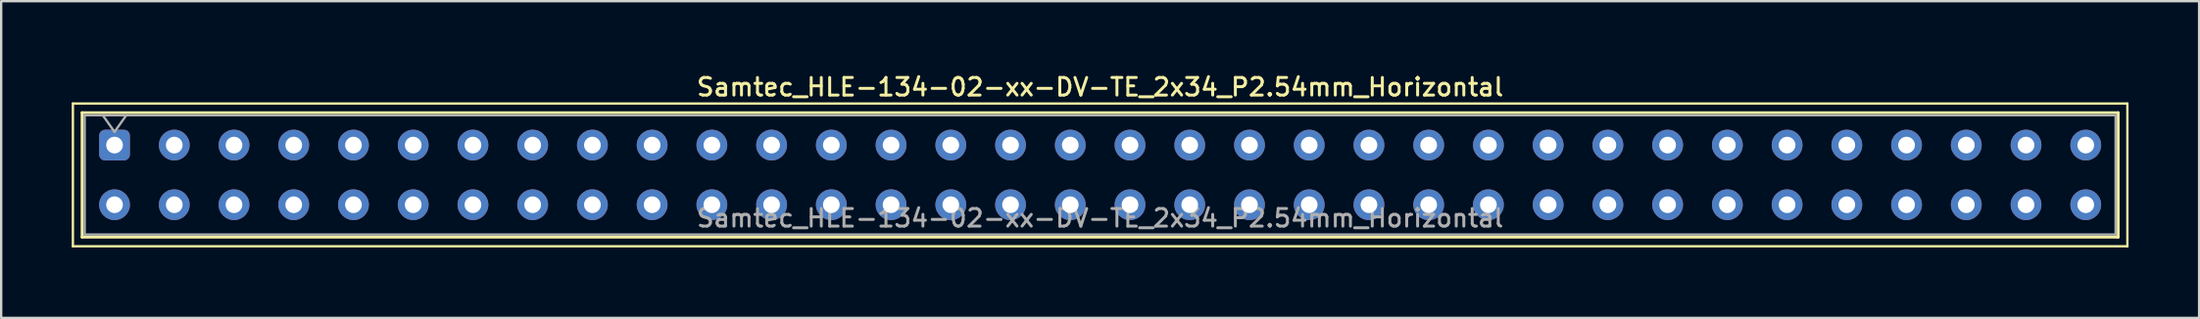
<source format=kicad_pcb>
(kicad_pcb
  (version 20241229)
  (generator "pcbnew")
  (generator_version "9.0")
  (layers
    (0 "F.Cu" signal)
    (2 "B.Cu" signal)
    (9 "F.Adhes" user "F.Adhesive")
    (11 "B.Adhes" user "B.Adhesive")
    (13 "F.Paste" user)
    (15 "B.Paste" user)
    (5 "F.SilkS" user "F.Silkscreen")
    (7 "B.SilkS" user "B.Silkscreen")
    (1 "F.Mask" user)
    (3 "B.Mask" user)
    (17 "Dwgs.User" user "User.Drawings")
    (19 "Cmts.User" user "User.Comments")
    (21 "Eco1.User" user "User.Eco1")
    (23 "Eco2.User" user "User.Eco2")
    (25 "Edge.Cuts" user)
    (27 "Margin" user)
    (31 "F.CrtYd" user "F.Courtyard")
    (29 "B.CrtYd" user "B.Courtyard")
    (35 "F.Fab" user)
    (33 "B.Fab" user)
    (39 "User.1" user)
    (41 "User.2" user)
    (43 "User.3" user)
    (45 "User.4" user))
  (footprint "Samtec_HLE-134-02-xx-DV-TE_2x34_P2.54mm_Horizontal"
    (layer "F.Cu")
    (at 1.82 3.128)
    (property "Reference" "Samtec_HLE-134-02-xx-DV-TE_2x34_P2.54mm_Horizontal" (at 41.91 -2.47 0) (layer "F.SilkS") (effects (font (size 0.75 0.75) (thickness 0.125))))
    (attr through_hole)
    (fp_line (start -1.77 -1.77) (end 85.59 -1.77) (stroke (width 0.1) (type solid)) (layer "F.SilkS"))
    (fp_line (start -1.77 4.31) (end -1.77 -1.77) (stroke (width 0.1) (type solid)) (layer "F.SilkS"))
    (fp_line (start -1.38 -1.38) (end 85.2 -1.38) (stroke (width 0.12) (type solid)) (layer "F.SilkS"))
    (fp_line (start -1.38 3.92) (end -1.38 -1.38) (stroke (width 0.12) (type solid)) (layer "F.SilkS"))
    (fp_line (start 85.2 -1.38) (end 85.2 3.92) (stroke (width 0.12) (type solid)) (layer "F.SilkS"))
    (fp_line (start 85.2 3.92) (end -1.38 3.92) (stroke (width 0.12) (type solid)) (layer "F.SilkS"))
    (fp_line (start 85.59 -1.77) (end 85.59 4.31) (stroke (width 0.1) (type solid)) (layer "F.SilkS"))
    (fp_line (start 85.59 4.31) (end -1.77 4.31) (stroke (width 0.1) (type solid)) (layer "F.SilkS"))
    (fp_line (start -1.27 -1.27) (end 85.09 -1.27) (stroke (width 0.1) (type solid)) (layer "F.Fab"))
    (fp_line (start -1.27 3.81) (end -1.27 -1.27) (stroke (width 0.1) (type solid)) (layer "F.Fab"))
    (fp_line (start -0.5 -1.27) (end 0 -0.563) (stroke (width 0.1) (type solid)) (layer "F.Fab"))
    (fp_line (start 0 -0.563) (end 0.5 -1.27) (stroke (width 0.1) (type solid)) (layer "F.Fab"))
    (fp_line (start 85.09 -1.27) (end 85.09 3.81) (stroke (width 0.1) (type solid)) (layer "F.Fab"))
    (fp_line (start 85.09 3.81) (end -1.27 3.81) (stroke (width 0.1) (type solid)) (layer "F.Fab"))
    (fp_text user "${REFERENCE}" (at 41.91 3.11 0) (layer "F.Fab") (effects (font (size 0.75 0.75) (thickness 0.125))))
    (pad "1" thru_hole roundrect (at 0 0) (size 1.31 1.31) (drill 0.71) (layers "*.Cu" "*.Mask") (roundrect_rratio 0.191))
    (pad "2" thru_hole circle (at 0 2.54) (size 1.31 1.31) (drill 0.71) (layers "*.Cu" "*.Mask"))
    (pad "3" thru_hole circle (at 2.54 0) (size 1.31 1.31) (drill 0.71) (layers "*.Cu" "*.Mask"))
    (pad "4" thru_hole circle (at 2.54 2.54) (size 1.31 1.31) (drill 0.71) (layers "*.Cu" "*.Mask"))
    (pad "5" thru_hole circle (at 5.08 0) (size 1.31 1.31) (drill 0.71) (layers "*.Cu" "*.Mask"))
    (pad "6" thru_hole circle (at 5.08 2.54) (size 1.31 1.31) (drill 0.71) (layers "*.Cu" "*.Mask"))
    (pad "7" thru_hole circle (at 7.62 0) (size 1.31 1.31) (drill 0.71) (layers "*.Cu" "*.Mask"))
    (pad "8" thru_hole circle (at 7.62 2.54) (size 1.31 1.31) (drill 0.71) (layers "*.Cu" "*.Mask"))
    (pad "9" thru_hole circle (at 10.16 0) (size 1.31 1.31) (drill 0.71) (layers "*.Cu" "*.Mask"))
    (pad "10" thru_hole circle (at 10.16 2.54) (size 1.31 1.31) (drill 0.71) (layers "*.Cu" "*.Mask"))
    (pad "11" thru_hole circle (at 12.7 0) (size 1.31 1.31) (drill 0.71) (layers "*.Cu" "*.Mask"))
    (pad "12" thru_hole circle (at 12.7 2.54) (size 1.31 1.31) (drill 0.71) (layers "*.Cu" "*.Mask"))
    (pad "13" thru_hole circle (at 15.24 0) (size 1.31 1.31) (drill 0.71) (layers "*.Cu" "*.Mask"))
    (pad "14" thru_hole circle (at 15.24 2.54) (size 1.31 1.31) (drill 0.71) (layers "*.Cu" "*.Mask"))
    (pad "15" thru_hole circle (at 17.78 0) (size 1.31 1.31) (drill 0.71) (layers "*.Cu" "*.Mask"))
    (pad "16" thru_hole circle (at 17.78 2.54) (size 1.31 1.31) (drill 0.71) (layers "*.Cu" "*.Mask"))
    (pad "17" thru_hole circle (at 20.32 0) (size 1.31 1.31) (drill 0.71) (layers "*.Cu" "*.Mask"))
    (pad "18" thru_hole circle (at 20.32 2.54) (size 1.31 1.31) (drill 0.71) (layers "*.Cu" "*.Mask"))
    (pad "19" thru_hole circle (at 22.86 0) (size 1.31 1.31) (drill 0.71) (layers "*.Cu" "*.Mask"))
    (pad "20" thru_hole circle (at 22.86 2.54) (size 1.31 1.31) (drill 0.71) (layers "*.Cu" "*.Mask"))
    (pad "21" thru_hole circle (at 25.4 0) (size 1.31 1.31) (drill 0.71) (layers "*.Cu" "*.Mask"))
    (pad "22" thru_hole circle (at 25.4 2.54) (size 1.31 1.31) (drill 0.71) (layers "*.Cu" "*.Mask"))
    (pad "23" thru_hole circle (at 27.94 0) (size 1.31 1.31) (drill 0.71) (layers "*.Cu" "*.Mask"))
    (pad "24" thru_hole circle (at 27.94 2.54) (size 1.31 1.31) (drill 0.71) (layers "*.Cu" "*.Mask"))
    (pad "25" thru_hole circle (at 30.48 0) (size 1.31 1.31) (drill 0.71) (layers "*.Cu" "*.Mask"))
    (pad "26" thru_hole circle (at 30.48 2.54) (size 1.31 1.31) (drill 0.71) (layers "*.Cu" "*.Mask"))
    (pad "27" thru_hole circle (at 33.02 0) (size 1.31 1.31) (drill 0.71) (layers "*.Cu" "*.Mask"))
    (pad "28" thru_hole circle (at 33.02 2.54) (size 1.31 1.31) (drill 0.71) (layers "*.Cu" "*.Mask"))
    (pad "29" thru_hole circle (at 35.56 0) (size 1.31 1.31) (drill 0.71) (layers "*.Cu" "*.Mask"))
    (pad "30" thru_hole circle (at 35.56 2.54) (size 1.31 1.31) (drill 0.71) (layers "*.Cu" "*.Mask"))
    (pad "31" thru_hole circle (at 38.1 0) (size 1.31 1.31) (drill 0.71) (layers "*.Cu" "*.Mask"))
    (pad "32" thru_hole circle (at 38.1 2.54) (size 1.31 1.31) (drill 0.71) (layers "*.Cu" "*.Mask"))
    (pad "33" thru_hole circle (at 40.64 0) (size 1.31 1.31) (drill 0.71) (layers "*.Cu" "*.Mask"))
    (pad "34" thru_hole circle (at 40.64 2.54) (size 1.31 1.31) (drill 0.71) (layers "*.Cu" "*.Mask"))
    (pad "35" thru_hole circle (at 43.18 0) (size 1.31 1.31) (drill 0.71) (layers "*.Cu" "*.Mask"))
    (pad "36" thru_hole circle (at 43.18 2.54) (size 1.31 1.31) (drill 0.71) (layers "*.Cu" "*.Mask"))
    (pad "37" thru_hole circle (at 45.72 0) (size 1.31 1.31) (drill 0.71) (layers "*.Cu" "*.Mask"))
    (pad "38" thru_hole circle (at 45.72 2.54) (size 1.31 1.31) (drill 0.71) (layers "*.Cu" "*.Mask"))
    (pad "39" thru_hole circle (at 48.26 0) (size 1.31 1.31) (drill 0.71) (layers "*.Cu" "*.Mask"))
    (pad "40" thru_hole circle (at 48.26 2.54) (size 1.31 1.31) (drill 0.71) (layers "*.Cu" "*.Mask"))
    (pad "41" thru_hole circle (at 50.8 0) (size 1.31 1.31) (drill 0.71) (layers "*.Cu" "*.Mask"))
    (pad "42" thru_hole circle (at 50.8 2.54) (size 1.31 1.31) (drill 0.71) (layers "*.Cu" "*.Mask"))
    (pad "43" thru_hole circle (at 53.34 0) (size 1.31 1.31) (drill 0.71) (layers "*.Cu" "*.Mask"))
    (pad "44" thru_hole circle (at 53.34 2.54) (size 1.31 1.31) (drill 0.71) (layers "*.Cu" "*.Mask"))
    (pad "45" thru_hole circle (at 55.88 0) (size 1.31 1.31) (drill 0.71) (layers "*.Cu" "*.Mask"))
    (pad "46" thru_hole circle (at 55.88 2.54) (size 1.31 1.31) (drill 0.71) (layers "*.Cu" "*.Mask"))
    (pad "47" thru_hole circle (at 58.42 0) (size 1.31 1.31) (drill 0.71) (layers "*.Cu" "*.Mask"))
    (pad "48" thru_hole circle (at 58.42 2.54) (size 1.31 1.31) (drill 0.71) (layers "*.Cu" "*.Mask"))
    (pad "49" thru_hole circle (at 60.96 0) (size 1.31 1.31) (drill 0.71) (layers "*.Cu" "*.Mask"))
    (pad "50" thru_hole circle (at 60.96 2.54) (size 1.31 1.31) (drill 0.71) (layers "*.Cu" "*.Mask"))
    (pad "51" thru_hole circle (at 63.5 0) (size 1.31 1.31) (drill 0.71) (layers "*.Cu" "*.Mask"))
    (pad "52" thru_hole circle (at 63.5 2.54) (size 1.31 1.31) (drill 0.71) (layers "*.Cu" "*.Mask"))
    (pad "53" thru_hole circle (at 66.04 0) (size 1.31 1.31) (drill 0.71) (layers "*.Cu" "*.Mask"))
    (pad "54" thru_hole circle (at 66.04 2.54) (size 1.31 1.31) (drill 0.71) (layers "*.Cu" "*.Mask"))
    (pad "55" thru_hole circle (at 68.58 0) (size 1.31 1.31) (drill 0.71) (layers "*.Cu" "*.Mask"))
    (pad "56" thru_hole circle (at 68.58 2.54) (size 1.31 1.31) (drill 0.71) (layers "*.Cu" "*.Mask"))
    (pad "57" thru_hole circle (at 71.12 0) (size 1.31 1.31) (drill 0.71) (layers "*.Cu" "*.Mask"))
    (pad "58" thru_hole circle (at 71.12 2.54) (size 1.31 1.31) (drill 0.71) (layers "*.Cu" "*.Mask"))
    (pad "59" thru_hole circle (at 73.66 0) (size 1.31 1.31) (drill 0.71) (layers "*.Cu" "*.Mask"))
    (pad "60" thru_hole circle (at 73.66 2.54) (size 1.31 1.31) (drill 0.71) (layers "*.Cu" "*.Mask"))
    (pad "61" thru_hole circle (at 76.2 0) (size 1.31 1.31) (drill 0.71) (layers "*.Cu" "*.Mask"))
    (pad "62" thru_hole circle (at 76.2 2.54) (size 1.31 1.31) (drill 0.71) (layers "*.Cu" "*.Mask"))
    (pad "63" thru_hole circle (at 78.74 0) (size 1.31 1.31) (drill 0.71) (layers "*.Cu" "*.Mask"))
    (pad "64" thru_hole circle (at 78.74 2.54) (size 1.31 1.31) (drill 0.71) (layers "*.Cu" "*.Mask"))
    (pad "65" thru_hole circle (at 81.28 0) (size 1.31 1.31) (drill 0.71) (layers "*.Cu" "*.Mask"))
    (pad "66" thru_hole circle (at 81.28 2.54) (size 1.31 1.31) (drill 0.71) (layers "*.Cu" "*.Mask"))
    (pad "67" thru_hole circle (at 83.82 0) (size 1.31 1.31) (drill 0.71) (layers "*.Cu" "*.Mask"))
    (pad "68" thru_hole circle (at 83.82 2.54) (size 1.31 1.31) (drill 0.71) (layers "*.Cu" "*.Mask")))
  (gr_rect
    (start -3 -3)
    (end 90.46 10.488)
    (stroke (width 0.1) (type default))
    (fill no)
    (layer "Edge.Cuts")))
</source>
